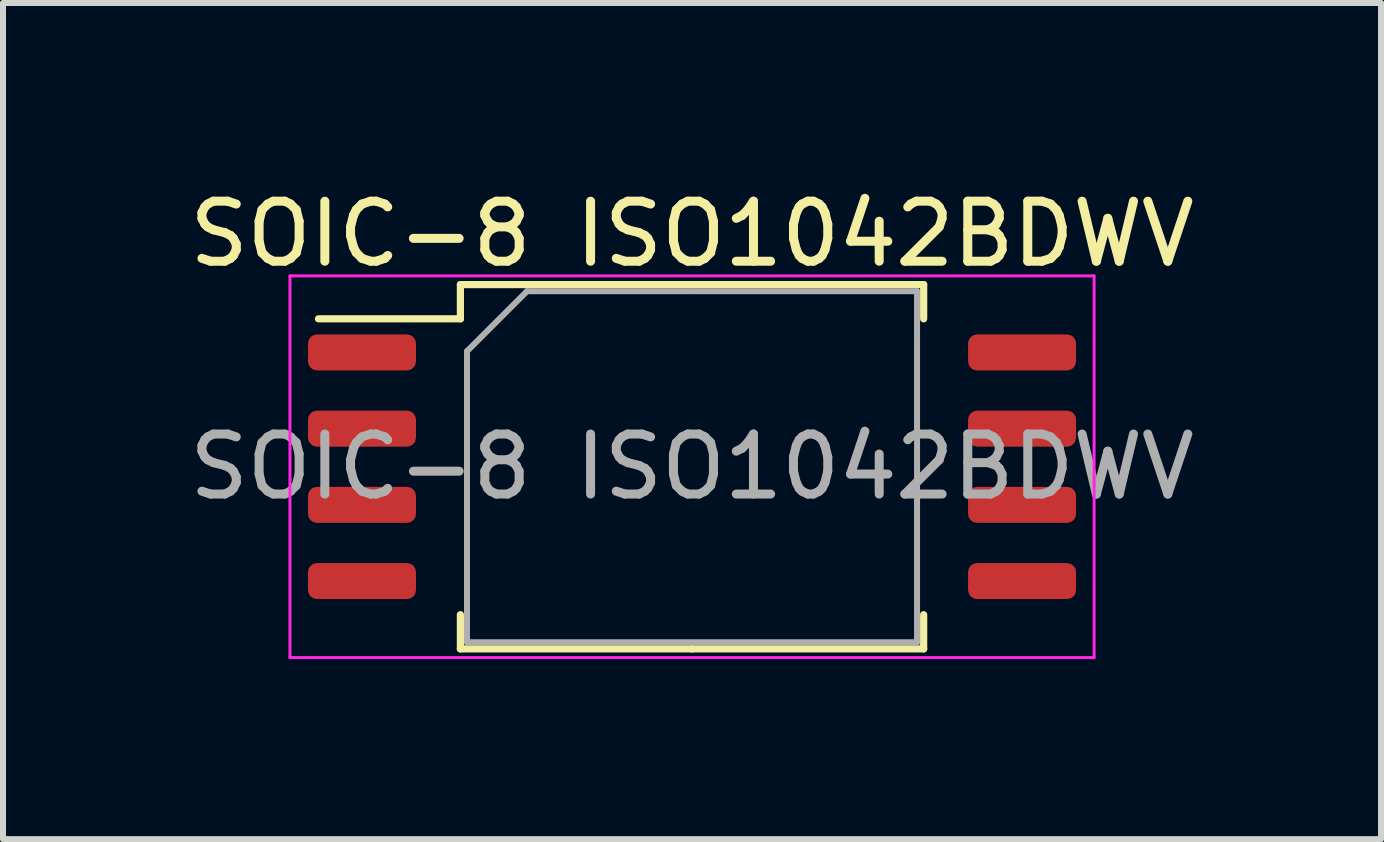
<source format=kicad_pcb>
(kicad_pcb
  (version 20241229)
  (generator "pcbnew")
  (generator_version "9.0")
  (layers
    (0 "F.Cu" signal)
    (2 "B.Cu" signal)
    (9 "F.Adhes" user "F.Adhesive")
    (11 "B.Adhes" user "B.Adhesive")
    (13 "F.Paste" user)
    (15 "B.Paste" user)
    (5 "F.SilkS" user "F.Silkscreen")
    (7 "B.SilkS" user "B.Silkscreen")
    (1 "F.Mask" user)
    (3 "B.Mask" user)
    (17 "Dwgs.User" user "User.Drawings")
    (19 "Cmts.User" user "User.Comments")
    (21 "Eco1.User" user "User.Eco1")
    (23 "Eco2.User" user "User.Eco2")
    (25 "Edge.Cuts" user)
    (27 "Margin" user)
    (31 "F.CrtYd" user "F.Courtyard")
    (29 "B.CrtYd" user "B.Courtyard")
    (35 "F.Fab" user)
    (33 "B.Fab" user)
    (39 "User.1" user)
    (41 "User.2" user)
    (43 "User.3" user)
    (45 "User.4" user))
  (footprint "SOIC-8 ISO1042BDWV"
    (layer "F.Cu")
    (at 8.482 4.728)
    (property "Reference" "SOIC-8 ISO1042BDWV" (at 0 -3.88 0) (layer "F.SilkS") (effects (font (size 1 1) (thickness 0.15))))
    (attr smd)
    (fp_line (start -3.86 -3.035) (end -3.86 -2.465) (stroke (width 0.12) (type solid)) (layer "F.SilkS"))
    (fp_line (start -3.86 -2.465) (end -6.225 -2.465) (stroke (width 0.12) (type solid)) (layer "F.SilkS"))
    (fp_line (start -3.86 3.035) (end -3.86 2.465) (stroke (width 0.12) (type solid)) (layer "F.SilkS"))
    (fp_line (start 0 -3.035) (end -3.86 -3.035) (stroke (width 0.12) (type solid)) (layer "F.SilkS"))
    (fp_line (start 0 -3.035) (end 3.86 -3.035) (stroke (width 0.12) (type solid)) (layer "F.SilkS"))
    (fp_line (start 0 3.035) (end -3.86 3.035) (stroke (width 0.12) (type solid)) (layer "F.SilkS"))
    (fp_line (start 0 3.035) (end 3.86 3.035) (stroke (width 0.12) (type solid)) (layer "F.SilkS"))
    (fp_line (start 3.86 -3.035) (end 3.86 -2.465) (stroke (width 0.12) (type solid)) (layer "F.SilkS"))
    (fp_line (start 3.86 3.035) (end 3.86 2.465) (stroke (width 0.12) (type solid)) (layer "F.SilkS"))
    (fp_line (start -6.7 -3.18) (end -6.7 3.18) (stroke (width 0.05) (type solid)) (layer "F.CrtYd"))
    (fp_line (start -6.7 3.18) (end 6.7 3.18) (stroke (width 0.05) (type solid)) (layer "F.CrtYd"))
    (fp_line (start 6.7 -3.18) (end -6.7 -3.18) (stroke (width 0.05) (type solid)) (layer "F.CrtYd"))
    (fp_line (start 6.7 3.18) (end 6.7 -3.18) (stroke (width 0.05) (type solid)) (layer "F.CrtYd"))
    (fp_line (start -3.75 -1.925) (end -2.75 -2.925) (stroke (width 0.1) (type solid)) (layer "F.Fab"))
    (fp_line (start -3.75 2.925) (end -3.75 -1.925) (stroke (width 0.1) (type solid)) (layer "F.Fab"))
    (fp_line (start -2.75 -2.925) (end 3.75 -2.925) (stroke (width 0.1) (type solid)) (layer "F.Fab"))
    (fp_line (start 3.75 -2.925) (end 3.75 2.925) (stroke (width 0.1) (type solid)) (layer "F.Fab"))
    (fp_line (start 3.75 2.925) (end -3.75 2.925) (stroke (width 0.1) (type solid)) (layer "F.Fab"))
    (fp_text user "${REFERENCE}" (at 0 0 0) (layer "F.Fab") (effects (font (size 1 1) (thickness 0.15))))
    (pad "1" smd roundrect (at -5.5 -1.905) (size 1.8 0.6) (layers "F.Cu" "F.Mask" "F.Paste") (roundrect_rratio 0.25))
    (pad "2" smd roundrect (at -5.5 -0.635) (size 1.8 0.6) (layers "F.Cu" "F.Mask" "F.Paste") (roundrect_rratio 0.25))
    (pad "3" smd roundrect (at -5.5 0.635) (size 1.8 0.6) (layers "F.Cu" "F.Mask" "F.Paste") (roundrect_rratio 0.25))
    (pad "4" smd roundrect (at -5.5 1.905) (size 1.8 0.6) (layers "F.Cu" "F.Mask" "F.Paste") (roundrect_rratio 0.25))
    (pad "5" smd roundrect (at 5.5 1.905) (size 1.8 0.6) (layers "F.Cu" "F.Mask" "F.Paste") (roundrect_rratio 0.25))
    (pad "6" smd roundrect (at 5.5 0.635) (size 1.8 0.6) (layers "F.Cu" "F.Mask" "F.Paste") (roundrect_rratio 0.25))
    (pad "7" smd roundrect (at 5.5 -0.635) (size 1.8 0.6) (layers "F.Cu" "F.Mask" "F.Paste") (roundrect_rratio 0.25))
    (pad "8" smd roundrect (at 5.5 -1.905) (size 1.8 0.6) (layers "F.Cu" "F.Mask" "F.Paste") (roundrect_rratio 0.25)))
  (gr_rect
    (start -3 -3)
    (end 19.964 10.933)
    (stroke (width 0.1) (type default))
    (fill no)
    (layer "Edge.Cuts")))
</source>
